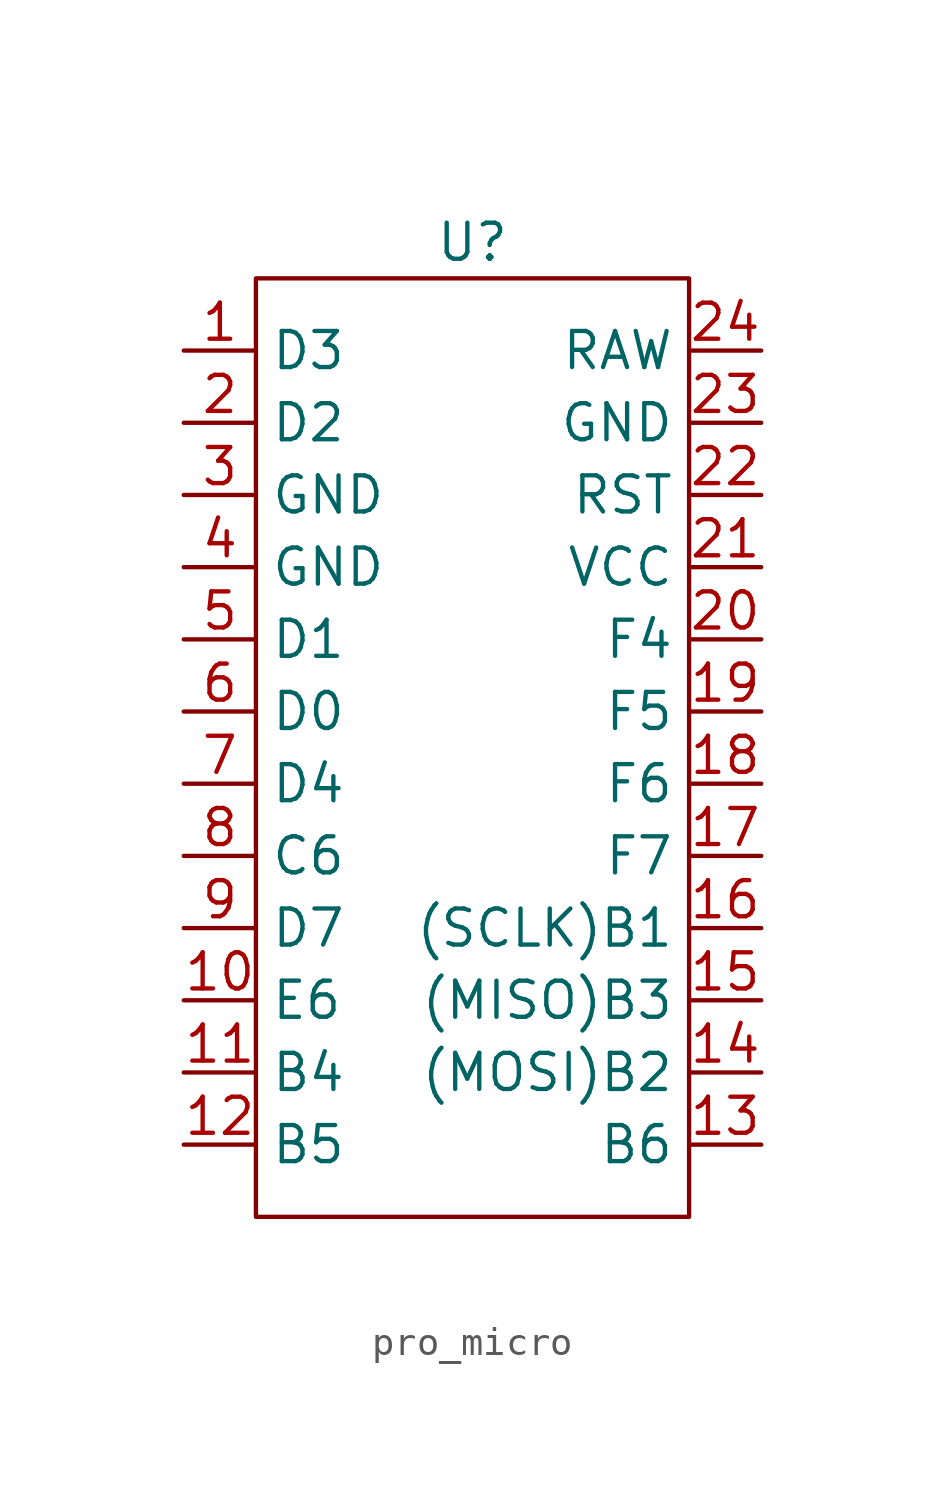
<source format=kicad_sym>
(kicad_symbol_lib
  (version 20220914)
  (generator kicad_symbol_editor)
  (symbol "pro_micro"
    (property "Reference" "U"
      (at 0 17.78 0)
      (effects (font (size 1.27 1.27))))
    (property "Value" ""
      (at -6.35 16.51 0)
      (effects (font (size 1.27 1.27))))
    (symbol "pro_micro_0_1"
      (rectangle (start -7.62 16.51) (end 7.62 -16.51) (stroke (width 0) (type default)) (fill (type none))))
    (symbol "pro_micro_1_1"
      (pin bidirectional line (at -10.16 13.97 0) (length 2.54) (name "D3" (effects (font (size 1.27 1.27)))) (number "1" (effects (font (size 1.27 1.27)))))
      (pin bidirectional line (at -10.16 -8.89 0) (length 2.54) (name "E6" (effects (font (size 1.27 1.27)))) (number "10" (effects (font (size 1.27 1.27)))))
      (pin bidirectional line (at -10.16 -11.43 0) (length 2.54) (name "B4" (effects (font (size 1.27 1.27)))) (number "11" (effects (font (size 1.27 1.27)))))
      (pin bidirectional line (at -10.16 -13.97 0) (length 2.54) (name "B5" (effects (font (size 1.27 1.27)))) (number "12" (effects (font (size 1.27 1.27)))))
      (pin bidirectional line (at 10.16 -13.97 180) (length 2.54) (name "B6" (effects (font (size 1.27 1.27)))) (number "13" (effects (font (size 1.27 1.27)))))
      (pin bidirectional line (at 10.16 -11.43 180) (length 2.54) (name "(MOSI)B2" (effects (font (size 1.27 1.27)))) (number "14" (effects (font (size 1.27 1.27)))))
      (pin bidirectional line (at 10.16 -8.89 180) (length 2.54) (name "(MISO)B3" (effects (font (size 1.27 1.27)))) (number "15" (effects (font (size 1.27 1.27)))))
      (pin bidirectional line (at 10.16 -6.35 180) (length 2.54) (name "(SCLK)B1" (effects (font (size 1.27 1.27)))) (number "16" (effects (font (size 1.27 1.27)))))
      (pin bidirectional line (at 10.16 -3.81 180) (length 2.54) (name "F7" (effects (font (size 1.27 1.27)))) (number "17" (effects (font (size 1.27 1.27)))))
      (pin bidirectional line (at 10.16 -1.27 180) (length 2.54) (name "F6" (effects (font (size 1.27 1.27)))) (number "18" (effects (font (size 1.27 1.27)))))
      (pin bidirectional line (at 10.16 1.27 180) (length 2.54) (name "F5" (effects (font (size 1.27 1.27)))) (number "19" (effects (font (size 1.27 1.27)))))
      (pin bidirectional line (at -10.16 11.43 0) (length 2.54) (name "D2" (effects (font (size 1.27 1.27)))) (number "2" (effects (font (size 1.27 1.27)))))
      (pin bidirectional line (at 10.16 3.81 180) (length 2.54) (name "F4" (effects (font (size 1.27 1.27)))) (number "20" (effects (font (size 1.27 1.27)))))
      (pin bidirectional line (at 10.16 6.35 180) (length 2.54) (name "VCC" (effects (font (size 1.27 1.27)))) (number "21" (effects (font (size 1.27 1.27)))))
      (pin bidirectional line (at 10.16 8.89 180) (length 2.54) (name "RST" (effects (font (size 1.27 1.27)))) (number "22" (effects (font (size 1.27 1.27)))))
      (pin bidirectional line (at 10.16 11.43 180) (length 2.54) (name "GND" (effects (font (size 1.27 1.27)))) (number "23" (effects (font (size 1.27 1.27)))))
      (pin bidirectional line (at 10.16 13.97 180) (length 2.54) (name "RAW" (effects (font (size 1.27 1.27)))) (number "24" (effects (font (size 1.27 1.27)))))
      (pin bidirectional line (at -10.16 8.89 0) (length 2.54) (name "GND" (effects (font (size 1.27 1.27)))) (number "3" (effects (font (size 1.27 1.27)))))
      (pin bidirectional line (at -10.16 6.35 0) (length 2.54) (name "GND" (effects (font (size 1.27 1.27)))) (number "4" (effects (font (size 1.27 1.27)))))
      (pin bidirectional line (at -10.16 3.81 0) (length 2.54) (name "D1" (effects (font (size 1.27 1.27)))) (number "5" (effects (font (size 1.27 1.27)))))
      (pin bidirectional line (at -10.16 1.27 0) (length 2.54) (name "D0" (effects (font (size 1.27 1.27)))) (number "6" (effects (font (size 1.27 1.27)))))
      (pin bidirectional line (at -10.16 -1.27 0) (length 2.54) (name "D4" (effects (font (size 1.27 1.27)))) (number "7" (effects (font (size 1.27 1.27)))))
      (pin bidirectional line (at -10.16 -3.81 0) (length 2.54) (name "C6" (effects (font (size 1.27 1.27)))) (number "8" (effects (font (size 1.27 1.27)))))
      (pin bidirectional line (at -10.16 -6.35 0) (length 2.54) (name "D7" (effects (font (size 1.27 1.27)))) (number "9" (effects (font (size 1.27 1.27))))))))
</source>
